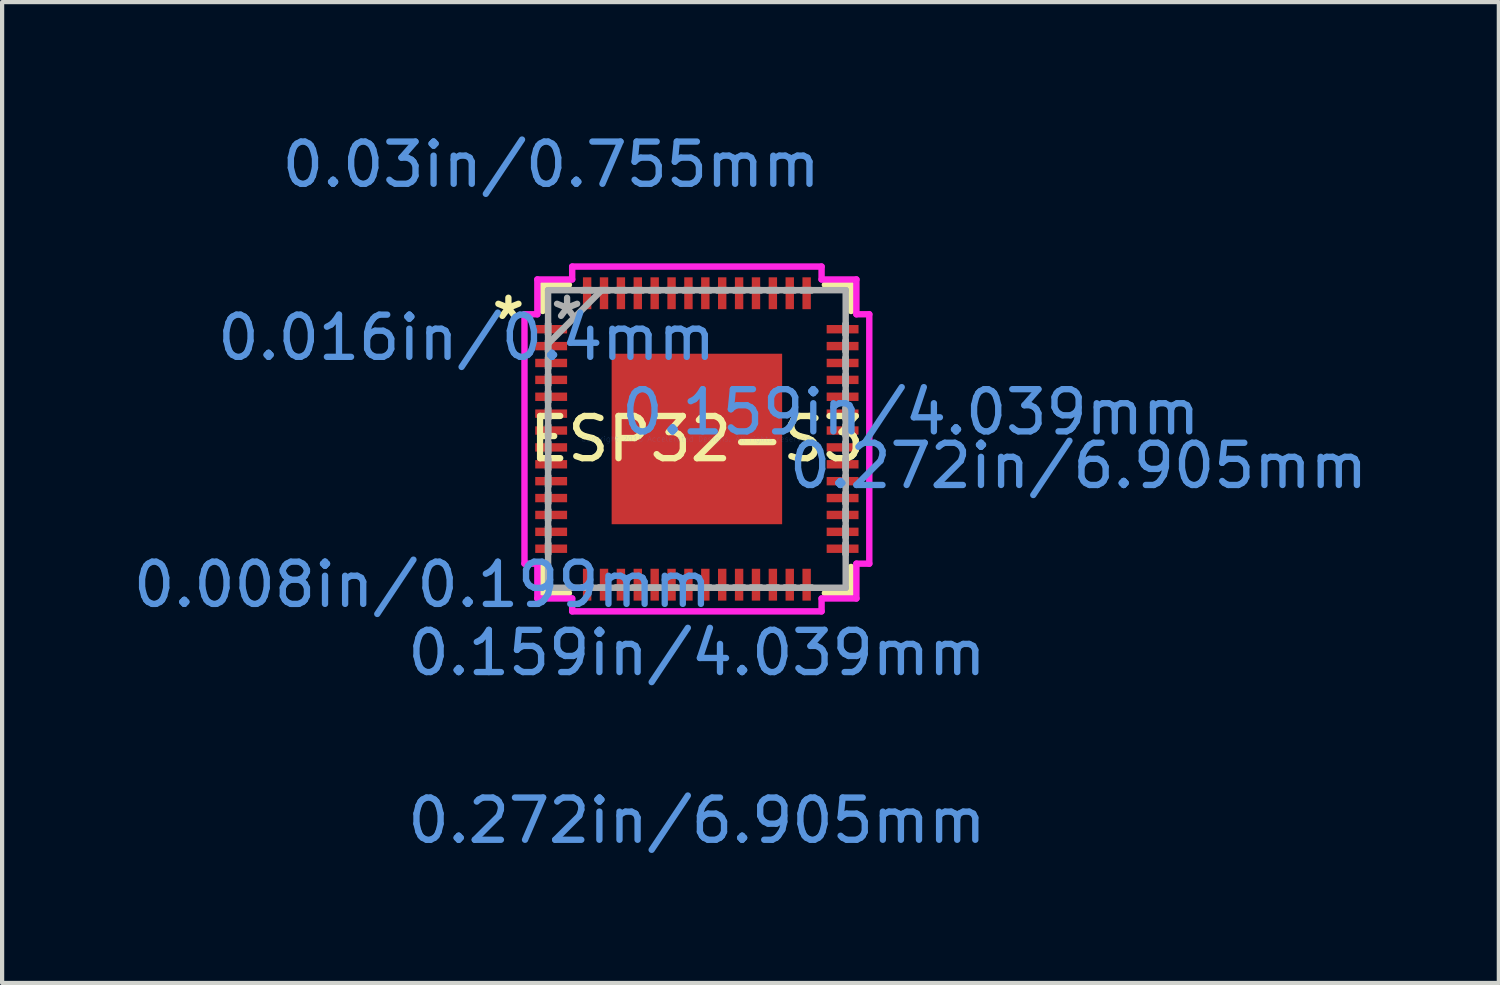
<source format=kicad_pcb>
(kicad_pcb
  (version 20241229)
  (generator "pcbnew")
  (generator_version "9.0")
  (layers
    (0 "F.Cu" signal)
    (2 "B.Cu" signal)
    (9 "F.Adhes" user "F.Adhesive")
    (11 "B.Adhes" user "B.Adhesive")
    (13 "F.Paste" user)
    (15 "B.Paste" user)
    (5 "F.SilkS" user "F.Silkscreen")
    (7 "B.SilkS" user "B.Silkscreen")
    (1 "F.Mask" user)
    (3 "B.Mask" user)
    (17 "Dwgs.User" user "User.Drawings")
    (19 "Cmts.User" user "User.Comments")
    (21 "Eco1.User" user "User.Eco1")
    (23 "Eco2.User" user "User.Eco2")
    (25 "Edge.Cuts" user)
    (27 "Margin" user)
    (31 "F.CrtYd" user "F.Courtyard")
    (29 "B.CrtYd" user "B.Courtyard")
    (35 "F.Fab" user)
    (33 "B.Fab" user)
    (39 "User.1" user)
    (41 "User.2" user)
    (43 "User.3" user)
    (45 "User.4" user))
  (footprint "ESP32-S3"
    (layer "F.Cu")
    (at 13.459 7.349)
    (property "Reference" "ESP32-S3" (at 0 0 0) (layer "F.SilkS") (effects (font (size 1 1) (thickness 0.15))))
    (attr through_hole)
    (fp_line (start -3.652 -3.652) (end -3.652 -3.032) (stroke (width 0.152) (type solid)) (layer "F.SilkS"))
    (fp_line (start -3.652 3.032) (end -3.652 3.652) (stroke (width 0.152) (type solid)) (layer "F.SilkS"))
    (fp_line (start -3.652 3.652) (end -3.032 3.652) (stroke (width 0.152) (type solid)) (layer "F.SilkS"))
    (fp_line (start -3.032 -3.652) (end -3.652 -3.652) (stroke (width 0.152) (type solid)) (layer "F.SilkS"))
    (fp_line (start 3.032 3.652) (end 3.652 3.652) (stroke (width 0.152) (type solid)) (layer "F.SilkS"))
    (fp_line (start 3.652 -3.652) (end 3.032 -3.652) (stroke (width 0.152) (type solid)) (layer "F.SilkS"))
    (fp_line (start 3.652 -3.032) (end 3.652 -3.652) (stroke (width 0.152) (type solid)) (layer "F.SilkS"))
    (fp_line (start 3.652 3.652) (end 3.652 3.032) (stroke (width 0.152) (type solid)) (layer "F.SilkS"))
    (fp_line (start -4.084 -2.954) (end -3.779 -2.954) (stroke (width 0.152) (type solid)) (layer "F.CrtYd"))
    (fp_line (start -4.084 2.954) (end -4.084 -2.954) (stroke (width 0.152) (type solid)) (layer "F.CrtYd"))
    (fp_line (start -3.779 -3.779) (end -2.954 -3.779) (stroke (width 0.152) (type solid)) (layer "F.CrtYd"))
    (fp_line (start -3.779 -2.954) (end -3.779 -3.779) (stroke (width 0.152) (type solid)) (layer "F.CrtYd"))
    (fp_line (start -3.779 2.954) (end -4.084 2.954) (stroke (width 0.152) (type solid)) (layer "F.CrtYd"))
    (fp_line (start -3.779 3.779) (end -3.779 2.954) (stroke (width 0.152) (type solid)) (layer "F.CrtYd"))
    (fp_line (start -2.954 -4.084) (end 2.954 -4.084) (stroke (width 0.152) (type solid)) (layer "F.CrtYd"))
    (fp_line (start -2.954 -3.779) (end -2.954 -4.084) (stroke (width 0.152) (type solid)) (layer "F.CrtYd"))
    (fp_line (start -2.954 3.779) (end -3.779 3.779) (stroke (width 0.152) (type solid)) (layer "F.CrtYd"))
    (fp_line (start -2.954 4.084) (end -2.954 3.779) (stroke (width 0.152) (type solid)) (layer "F.CrtYd"))
    (fp_line (start 2.954 -4.084) (end 2.954 -3.779) (stroke (width 0.152) (type solid)) (layer "F.CrtYd"))
    (fp_line (start 2.954 -3.779) (end 3.779 -3.779) (stroke (width 0.152) (type solid)) (layer "F.CrtYd"))
    (fp_line (start 2.954 3.779) (end 2.954 4.084) (stroke (width 0.152) (type solid)) (layer "F.CrtYd"))
    (fp_line (start 2.954 4.084) (end -2.954 4.084) (stroke (width 0.152) (type solid)) (layer "F.CrtYd"))
    (fp_line (start 3.779 -3.779) (end 3.779 -2.954) (stroke (width 0.152) (type solid)) (layer "F.CrtYd"))
    (fp_line (start 3.779 -2.954) (end 4.084 -2.954) (stroke (width 0.152) (type solid)) (layer "F.CrtYd"))
    (fp_line (start 3.779 2.954) (end 3.779 3.779) (stroke (width 0.152) (type solid)) (layer "F.CrtYd"))
    (fp_line (start 3.779 3.779) (end 2.954 3.779) (stroke (width 0.152) (type solid)) (layer "F.CrtYd"))
    (fp_line (start 4.084 -2.954) (end 4.084 2.954) (stroke (width 0.152) (type solid)) (layer "F.CrtYd"))
    (fp_line (start 4.084 2.954) (end 3.779 2.954) (stroke (width 0.152) (type solid)) (layer "F.CrtYd"))
    (fp_line (start -3.525 -3.525) (end -3.525 -3.525) (stroke (width 0.152) (type solid)) (layer "F.Fab"))
    (fp_line (start -3.525 -3.525) (end -3.525 3.525) (stroke (width 0.152) (type solid)) (layer "F.Fab"))
    (fp_line (start -3.525 -2.725) (end -3.525 -2.725) (stroke (width 0.152) (type solid)) (layer "F.Fab"))
    (fp_line (start -3.525 -2.725) (end -3.525 -2.475) (stroke (width 0.152) (type solid)) (layer "F.Fab"))
    (fp_line (start -3.525 -2.475) (end -3.525 -2.725) (stroke (width 0.152) (type solid)) (layer "F.Fab"))
    (fp_line (start -3.525 -2.475) (end -3.525 -2.475) (stroke (width 0.152) (type solid)) (layer "F.Fab"))
    (fp_line (start -3.525 -2.325) (end -3.525 -2.325) (stroke (width 0.152) (type solid)) (layer "F.Fab"))
    (fp_line (start -3.525 -2.325) (end -3.525 -2.075) (stroke (width 0.152) (type solid)) (layer "F.Fab"))
    (fp_line (start -3.525 -2.255) (end -2.255 -3.525) (stroke (width 0.152) (type solid)) (layer "F.Fab"))
    (fp_line (start -3.525 -2.075) (end -3.525 -2.325) (stroke (width 0.152) (type solid)) (layer "F.Fab"))
    (fp_line (start -3.525 -2.075) (end -3.525 -2.075) (stroke (width 0.152) (type solid)) (layer "F.Fab"))
    (fp_line (start -3.525 -1.925) (end -3.525 -1.925) (stroke (width 0.152) (type solid)) (layer "F.Fab"))
    (fp_line (start -3.525 -1.925) (end -3.525 -1.675) (stroke (width 0.152) (type solid)) (layer "F.Fab"))
    (fp_line (start -3.525 -1.675) (end -3.525 -1.925) (stroke (width 0.152) (type solid)) (layer "F.Fab"))
    (fp_line (start -3.525 -1.675) (end -3.525 -1.675) (stroke (width 0.152) (type solid)) (layer "F.Fab"))
    (fp_line (start -3.525 -1.525) (end -3.525 -1.525) (stroke (width 0.152) (type solid)) (layer "F.Fab"))
    (fp_line (start -3.525 -1.525) (end -3.525 -1.275) (stroke (width 0.152) (type solid)) (layer "F.Fab"))
    (fp_line (start -3.525 -1.275) (end -3.525 -1.525) (stroke (width 0.152) (type solid)) (layer "F.Fab"))
    (fp_line (start -3.525 -1.275) (end -3.525 -1.275) (stroke (width 0.152) (type solid)) (layer "F.Fab"))
    (fp_line (start -3.525 -1.125) (end -3.525 -1.125) (stroke (width 0.152) (type solid)) (layer "F.Fab"))
    (fp_line (start -3.525 -1.125) (end -3.525 -0.875) (stroke (width 0.152) (type solid)) (layer "F.Fab"))
    (fp_line (start -3.525 -0.875) (end -3.525 -1.125) (stroke (width 0.152) (type solid)) (layer "F.Fab"))
    (fp_line (start -3.525 -0.875) (end -3.525 -0.875) (stroke (width 0.152) (type solid)) (layer "F.Fab"))
    (fp_line (start -3.525 -0.725) (end -3.525 -0.725) (stroke (width 0.152) (type solid)) (layer "F.Fab"))
    (fp_line (start -3.525 -0.725) (end -3.525 -0.475) (stroke (width 0.152) (type solid)) (layer "F.Fab"))
    (fp_line (start -3.525 -0.475) (end -3.525 -0.725) (stroke (width 0.152) (type solid)) (layer "F.Fab"))
    (fp_line (start -3.525 -0.475) (end -3.525 -0.475) (stroke (width 0.152) (type solid)) (layer "F.Fab"))
    (fp_line (start -3.525 -0.325) (end -3.525 -0.325) (stroke (width 0.152) (type solid)) (layer "F.Fab"))
    (fp_line (start -3.525 -0.325) (end -3.525 -0.075) (stroke (width 0.152) (type solid)) (layer "F.Fab"))
    (fp_line (start -3.525 -0.075) (end -3.525 -0.325) (stroke (width 0.152) (type solid)) (layer "F.Fab"))
    (fp_line (start -3.525 -0.075) (end -3.525 -0.075) (stroke (width 0.152) (type solid)) (layer "F.Fab"))
    (fp_line (start -3.525 0.075) (end -3.525 0.075) (stroke (width 0.152) (type solid)) (layer "F.Fab"))
    (fp_line (start -3.525 0.075) (end -3.525 0.325) (stroke (width 0.152) (type solid)) (layer "F.Fab"))
    (fp_line (start -3.525 0.325) (end -3.525 0.075) (stroke (width 0.152) (type solid)) (layer "F.Fab"))
    (fp_line (start -3.525 0.325) (end -3.525 0.325) (stroke (width 0.152) (type solid)) (layer "F.Fab"))
    (fp_line (start -3.525 0.475) (end -3.525 0.475) (stroke (width 0.152) (type solid)) (layer "F.Fab"))
    (fp_line (start -3.525 0.475) (end -3.525 0.725) (stroke (width 0.152) (type solid)) (layer "F.Fab"))
    (fp_line (start -3.525 0.725) (end -3.525 0.475) (stroke (width 0.152) (type solid)) (layer "F.Fab"))
    (fp_line (start -3.525 0.725) (end -3.525 0.725) (stroke (width 0.152) (type solid)) (layer "F.Fab"))
    (fp_line (start -3.525 0.875) (end -3.525 0.875) (stroke (width 0.152) (type solid)) (layer "F.Fab"))
    (fp_line (start -3.525 0.875) (end -3.525 1.125) (stroke (width 0.152) (type solid)) (layer "F.Fab"))
    (fp_line (start -3.525 1.125) (end -3.525 0.875) (stroke (width 0.152) (type solid)) (layer "F.Fab"))
    (fp_line (start -3.525 1.125) (end -3.525 1.125) (stroke (width 0.152) (type solid)) (layer "F.Fab"))
    (fp_line (start -3.525 1.275) (end -3.525 1.275) (stroke (width 0.152) (type solid)) (layer "F.Fab"))
    (fp_line (start -3.525 1.275) (end -3.525 1.525) (stroke (width 0.152) (type solid)) (layer "F.Fab"))
    (fp_line (start -3.525 1.525) (end -3.525 1.275) (stroke (width 0.152) (type solid)) (layer "F.Fab"))
    (fp_line (start -3.525 1.525) (end -3.525 1.525) (stroke (width 0.152) (type solid)) (layer "F.Fab"))
    (fp_line (start -3.525 1.675) (end -3.525 1.675) (stroke (width 0.152) (type solid)) (layer "F.Fab"))
    (fp_line (start -3.525 1.675) (end -3.525 1.925) (stroke (width 0.152) (type solid)) (layer "F.Fab"))
    (fp_line (start -3.525 1.925) (end -3.525 1.675) (stroke (width 0.152) (type solid)) (layer "F.Fab"))
    (fp_line (start -3.525 1.925) (end -3.525 1.925) (stroke (width 0.152) (type solid)) (layer "F.Fab"))
    (fp_line (start -3.525 2.075) (end -3.525 2.075) (stroke (width 0.152) (type solid)) (layer "F.Fab"))
    (fp_line (start -3.525 2.075) (end -3.525 2.325) (stroke (width 0.152) (type solid)) (layer "F.Fab"))
    (fp_line (start -3.525 2.325) (end -3.525 2.075) (stroke (width 0.152) (type solid)) (layer "F.Fab"))
    (fp_line (start -3.525 2.325) (end -3.525 2.325) (stroke (width 0.152) (type solid)) (layer "F.Fab"))
    (fp_line (start -3.525 2.475) (end -3.525 2.475) (stroke (width 0.152) (type solid)) (layer "F.Fab"))
    (fp_line (start -3.525 2.475) (end -3.525 2.725) (stroke (width 0.152) (type solid)) (layer "F.Fab"))
    (fp_line (start -3.525 2.725) (end -3.525 2.475) (stroke (width 0.152) (type solid)) (layer "F.Fab"))
    (fp_line (start -3.525 2.725) (end -3.525 2.725) (stroke (width 0.152) (type solid)) (layer "F.Fab"))
    (fp_line (start -3.525 3.525) (end -3.525 3.525) (stroke (width 0.152) (type solid)) (layer "F.Fab"))
    (fp_line (start -3.525 3.525) (end 3.525 3.525) (stroke (width 0.152) (type solid)) (layer "F.Fab"))
    (fp_line (start -2.725 -3.525) (end -2.725 -3.525) (stroke (width 0.152) (type solid)) (layer "F.Fab"))
    (fp_line (start -2.725 -3.525) (end -2.475 -3.525) (stroke (width 0.152) (type solid)) (layer "F.Fab"))
    (fp_line (start -2.725 3.525) (end -2.725 3.525) (stroke (width 0.152) (type solid)) (layer "F.Fab"))
    (fp_line (start -2.725 3.525) (end -2.475 3.525) (stroke (width 0.152) (type solid)) (layer "F.Fab"))
    (fp_line (start -2.475 -3.525) (end -2.725 -3.525) (stroke (width 0.152) (type solid)) (layer "F.Fab"))
    (fp_line (start -2.475 -3.525) (end -2.475 -3.525) (stroke (width 0.152) (type solid)) (layer "F.Fab"))
    (fp_line (start -2.475 3.525) (end -2.725 3.525) (stroke (width 0.152) (type solid)) (layer "F.Fab"))
    (fp_line (start -2.475 3.525) (end -2.475 3.525) (stroke (width 0.152) (type solid)) (layer "F.Fab"))
    (fp_line (start -2.325 -3.525) (end -2.325 -3.525) (stroke (width 0.152) (type solid)) (layer "F.Fab"))
    (fp_line (start -2.325 -3.525) (end -2.075 -3.525) (stroke (width 0.152) (type solid)) (layer "F.Fab"))
    (fp_line (start -2.325 3.525) (end -2.325 3.525) (stroke (width 0.152) (type solid)) (layer "F.Fab"))
    (fp_line (start -2.325 3.525) (end -2.075 3.525) (stroke (width 0.152) (type solid)) (layer "F.Fab"))
    (fp_line (start -2.075 -3.525) (end -2.325 -3.525) (stroke (width 0.152) (type solid)) (layer "F.Fab"))
    (fp_line (start -2.075 -3.525) (end -2.075 -3.525) (stroke (width 0.152) (type solid)) (layer "F.Fab"))
    (fp_line (start -2.075 3.525) (end -2.325 3.525) (stroke (width 0.152) (type solid)) (layer "F.Fab"))
    (fp_line (start -2.075 3.525) (end -2.075 3.525) (stroke (width 0.152) (type solid)) (layer "F.Fab"))
    (fp_line (start -1.925 -3.525) (end -1.925 -3.525) (stroke (width 0.152) (type solid)) (layer "F.Fab"))
    (fp_line (start -1.925 -3.525) (end -1.675 -3.525) (stroke (width 0.152) (type solid)) (layer "F.Fab"))
    (fp_line (start -1.925 3.525) (end -1.925 3.525) (stroke (width 0.152) (type solid)) (layer "F.Fab"))
    (fp_line (start -1.925 3.525) (end -1.675 3.525) (stroke (width 0.152) (type solid)) (layer "F.Fab"))
    (fp_line (start -1.675 -3.525) (end -1.925 -3.525) (stroke (width 0.152) (type solid)) (layer "F.Fab"))
    (fp_line (start -1.675 -3.525) (end -1.675 -3.525) (stroke (width 0.152) (type solid)) (layer "F.Fab"))
    (fp_line (start -1.675 3.525) (end -1.925 3.525) (stroke (width 0.152) (type solid)) (layer "F.Fab"))
    (fp_line (start -1.675 3.525) (end -1.675 3.525) (stroke (width 0.152) (type solid)) (layer "F.Fab"))
    (fp_line (start -1.525 -3.525) (end -1.525 -3.525) (stroke (width 0.152) (type solid)) (layer "F.Fab"))
    (fp_line (start -1.525 -3.525) (end -1.275 -3.525) (stroke (width 0.152) (type solid)) (layer "F.Fab"))
    (fp_line (start -1.525 3.525) (end -1.525 3.525) (stroke (width 0.152) (type solid)) (layer "F.Fab"))
    (fp_line (start -1.525 3.525) (end -1.275 3.525) (stroke (width 0.152) (type solid)) (layer "F.Fab"))
    (fp_line (start -1.275 -3.525) (end -1.525 -3.525) (stroke (width 0.152) (type solid)) (layer "F.Fab"))
    (fp_line (start -1.275 -3.525) (end -1.275 -3.525) (stroke (width 0.152) (type solid)) (layer "F.Fab"))
    (fp_line (start -1.275 3.525) (end -1.525 3.525) (stroke (width 0.152) (type solid)) (layer "F.Fab"))
    (fp_line (start -1.275 3.525) (end -1.275 3.525) (stroke (width 0.152) (type solid)) (layer "F.Fab"))
    (fp_line (start -1.125 -3.525) (end -1.125 -3.525) (stroke (width 0.152) (type solid)) (layer "F.Fab"))
    (fp_line (start -1.125 -3.525) (end -0.875 -3.525) (stroke (width 0.152) (type solid)) (layer "F.Fab"))
    (fp_line (start -1.125 3.525) (end -1.125 3.525) (stroke (width 0.152) (type solid)) (layer "F.Fab"))
    (fp_line (start -1.125 3.525) (end -0.875 3.525) (stroke (width 0.152) (type solid)) (layer "F.Fab"))
    (fp_line (start -0.875 -3.525) (end -1.125 -3.525) (stroke (width 0.152) (type solid)) (layer "F.Fab"))
    (fp_line (start -0.875 -3.525) (end -0.875 -3.525) (stroke (width 0.152) (type solid)) (layer "F.Fab"))
    (fp_line (start -0.875 3.525) (end -1.125 3.525) (stroke (width 0.152) (type solid)) (layer "F.Fab"))
    (fp_line (start -0.875 3.525) (end -0.875 3.525) (stroke (width 0.152) (type solid)) (layer "F.Fab"))
    (fp_line (start -0.725 -3.525) (end -0.725 -3.525) (stroke (width 0.152) (type solid)) (layer "F.Fab"))
    (fp_line (start -0.725 -3.525) (end -0.475 -3.525) (stroke (width 0.152) (type solid)) (layer "F.Fab"))
    (fp_line (start -0.725 3.525) (end -0.725 3.525) (stroke (width 0.152) (type solid)) (layer "F.Fab"))
    (fp_line (start -0.725 3.525) (end -0.475 3.525) (stroke (width 0.152) (type solid)) (layer "F.Fab"))
    (fp_line (start -0.475 -3.525) (end -0.725 -3.525) (stroke (width 0.152) (type solid)) (layer "F.Fab"))
    (fp_line (start -0.475 -3.525) (end -0.475 -3.525) (stroke (width 0.152) (type solid)) (layer "F.Fab"))
    (fp_line (start -0.475 3.525) (end -0.725 3.525) (stroke (width 0.152) (type solid)) (layer "F.Fab"))
    (fp_line (start -0.475 3.525) (end -0.475 3.525) (stroke (width 0.152) (type solid)) (layer "F.Fab"))
    (fp_line (start -0.325 -3.525) (end -0.325 -3.525) (stroke (width 0.152) (type solid)) (layer "F.Fab"))
    (fp_line (start -0.325 -3.525) (end -0.075 -3.525) (stroke (width 0.152) (type solid)) (layer "F.Fab"))
    (fp_line (start -0.325 3.525) (end -0.325 3.525) (stroke (width 0.152) (type solid)) (layer "F.Fab"))
    (fp_line (start -0.325 3.525) (end -0.075 3.525) (stroke (width 0.152) (type solid)) (layer "F.Fab"))
    (fp_line (start -0.075 -3.525) (end -0.325 -3.525) (stroke (width 0.152) (type solid)) (layer "F.Fab"))
    (fp_line (start -0.075 -3.525) (end -0.075 -3.525) (stroke (width 0.152) (type solid)) (layer "F.Fab"))
    (fp_line (start -0.075 3.525) (end -0.325 3.525) (stroke (width 0.152) (type solid)) (layer "F.Fab"))
    (fp_line (start -0.075 3.525) (end -0.075 3.525) (stroke (width 0.152) (type solid)) (layer "F.Fab"))
    (fp_line (start 0.075 -3.525) (end 0.075 -3.525) (stroke (width 0.152) (type solid)) (layer "F.Fab"))
    (fp_line (start 0.075 -3.525) (end 0.325 -3.525) (stroke (width 0.152) (type solid)) (layer "F.Fab"))
    (fp_line (start 0.075 3.525) (end 0.075 3.525) (stroke (width 0.152) (type solid)) (layer "F.Fab"))
    (fp_line (start 0.075 3.525) (end 0.325 3.525) (stroke (width 0.152) (type solid)) (layer "F.Fab"))
    (fp_line (start 0.325 -3.525) (end 0.075 -3.525) (stroke (width 0.152) (type solid)) (layer "F.Fab"))
    (fp_line (start 0.325 -3.525) (end 0.325 -3.525) (stroke (width 0.152) (type solid)) (layer "F.Fab"))
    (fp_line (start 0.325 3.525) (end 0.075 3.525) (stroke (width 0.152) (type solid)) (layer "F.Fab"))
    (fp_line (start 0.325 3.525) (end 0.325 3.525) (stroke (width 0.152) (type solid)) (layer "F.Fab"))
    (fp_line (start 0.475 -3.525) (end 0.475 -3.525) (stroke (width 0.152) (type solid)) (layer "F.Fab"))
    (fp_line (start 0.475 -3.525) (end 0.725 -3.525) (stroke (width 0.152) (type solid)) (layer "F.Fab"))
    (fp_line (start 0.475 3.525) (end 0.475 3.525) (stroke (width 0.152) (type solid)) (layer "F.Fab"))
    (fp_line (start 0.475 3.525) (end 0.725 3.525) (stroke (width 0.152) (type solid)) (layer "F.Fab"))
    (fp_line (start 0.725 -3.525) (end 0.475 -3.525) (stroke (width 0.152) (type solid)) (layer "F.Fab"))
    (fp_line (start 0.725 -3.525) (end 0.725 -3.525) (stroke (width 0.152) (type solid)) (layer "F.Fab"))
    (fp_line (start 0.725 3.525) (end 0.475 3.525) (stroke (width 0.152) (type solid)) (layer "F.Fab"))
    (fp_line (start 0.725 3.525) (end 0.725 3.525) (stroke (width 0.152) (type solid)) (layer "F.Fab"))
    (fp_line (start 0.875 -3.525) (end 0.875 -3.525) (stroke (width 0.152) (type solid)) (layer "F.Fab"))
    (fp_line (start 0.875 -3.525) (end 1.125 -3.525) (stroke (width 0.152) (type solid)) (layer "F.Fab"))
    (fp_line (start 0.875 3.525) (end 0.875 3.525) (stroke (width 0.152) (type solid)) (layer "F.Fab"))
    (fp_line (start 0.875 3.525) (end 1.125 3.525) (stroke (width 0.152) (type solid)) (layer "F.Fab"))
    (fp_line (start 1.125 -3.525) (end 0.875 -3.525) (stroke (width 0.152) (type solid)) (layer "F.Fab"))
    (fp_line (start 1.125 -3.525) (end 1.125 -3.525) (stroke (width 0.152) (type solid)) (layer "F.Fab"))
    (fp_line (start 1.125 3.525) (end 0.875 3.525) (stroke (width 0.152) (type solid)) (layer "F.Fab"))
    (fp_line (start 1.125 3.525) (end 1.125 3.525) (stroke (width 0.152) (type solid)) (layer "F.Fab"))
    (fp_line (start 1.275 -3.525) (end 1.275 -3.525) (stroke (width 0.152) (type solid)) (layer "F.Fab"))
    (fp_line (start 1.275 -3.525) (end 1.525 -3.525) (stroke (width 0.152) (type solid)) (layer "F.Fab"))
    (fp_line (start 1.275 3.525) (end 1.275 3.525) (stroke (width 0.152) (type solid)) (layer "F.Fab"))
    (fp_line (start 1.275 3.525) (end 1.525 3.525) (stroke (width 0.152) (type solid)) (layer "F.Fab"))
    (fp_line (start 1.525 -3.525) (end 1.275 -3.525) (stroke (width 0.152) (type solid)) (layer "F.Fab"))
    (fp_line (start 1.525 -3.525) (end 1.525 -3.525) (stroke (width 0.152) (type solid)) (layer "F.Fab"))
    (fp_line (start 1.525 3.525) (end 1.275 3.525) (stroke (width 0.152) (type solid)) (layer "F.Fab"))
    (fp_line (start 1.525 3.525) (end 1.525 3.525) (stroke (width 0.152) (type solid)) (layer "F.Fab"))
    (fp_line (start 1.675 -3.525) (end 1.675 -3.525) (stroke (width 0.152) (type solid)) (layer "F.Fab"))
    (fp_line (start 1.675 -3.525) (end 1.925 -3.525) (stroke (width 0.152) (type solid)) (layer "F.Fab"))
    (fp_line (start 1.675 3.525) (end 1.675 3.525) (stroke (width 0.152) (type solid)) (layer "F.Fab"))
    (fp_line (start 1.675 3.525) (end 1.925 3.525) (stroke (width 0.152) (type solid)) (layer "F.Fab"))
    (fp_line (start 1.925 -3.525) (end 1.675 -3.525) (stroke (width 0.152) (type solid)) (layer "F.Fab"))
    (fp_line (start 1.925 -3.525) (end 1.925 -3.525) (stroke (width 0.152) (type solid)) (layer "F.Fab"))
    (fp_line (start 1.925 3.525) (end 1.675 3.525) (stroke (width 0.152) (type solid)) (layer "F.Fab"))
    (fp_line (start 1.925 3.525) (end 1.925 3.525) (stroke (width 0.152) (type solid)) (layer "F.Fab"))
    (fp_line (start 2.075 -3.525) (end 2.075 -3.525) (stroke (width 0.152) (type solid)) (layer "F.Fab"))
    (fp_line (start 2.075 -3.525) (end 2.325 -3.525) (stroke (width 0.152) (type solid)) (layer "F.Fab"))
    (fp_line (start 2.075 3.525) (end 2.075 3.525) (stroke (width 0.152) (type solid)) (layer "F.Fab"))
    (fp_line (start 2.075 3.525) (end 2.325 3.525) (stroke (width 0.152) (type solid)) (layer "F.Fab"))
    (fp_line (start 2.325 -3.525) (end 2.075 -3.525) (stroke (width 0.152) (type solid)) (layer "F.Fab"))
    (fp_line (start 2.325 -3.525) (end 2.325 -3.525) (stroke (width 0.152) (type solid)) (layer "F.Fab"))
    (fp_line (start 2.325 3.525) (end 2.075 3.525) (stroke (width 0.152) (type solid)) (layer "F.Fab"))
    (fp_line (start 2.325 3.525) (end 2.325 3.525) (stroke (width 0.152) (type solid)) (layer "F.Fab"))
    (fp_line (start 2.475 -3.525) (end 2.475 -3.525) (stroke (width 0.152) (type solid)) (layer "F.Fab"))
    (fp_line (start 2.475 -3.525) (end 2.725 -3.525) (stroke (width 0.152) (type solid)) (layer "F.Fab"))
    (fp_line (start 2.475 3.525) (end 2.475 3.525) (stroke (width 0.152) (type solid)) (layer "F.Fab"))
    (fp_line (start 2.475 3.525) (end 2.725 3.525) (stroke (width 0.152) (type solid)) (layer "F.Fab"))
    (fp_line (start 2.725 -3.525) (end 2.475 -3.525) (stroke (width 0.152) (type solid)) (layer "F.Fab"))
    (fp_line (start 2.725 -3.525) (end 2.725 -3.525) (stroke (width 0.152) (type solid)) (layer "F.Fab"))
    (fp_line (start 2.725 3.525) (end 2.475 3.525) (stroke (width 0.152) (type solid)) (layer "F.Fab"))
    (fp_line (start 2.725 3.525) (end 2.725 3.525) (stroke (width 0.152) (type solid)) (layer "F.Fab"))
    (fp_line (start 3.525 -3.525) (end -3.525 -3.525) (stroke (width 0.152) (type solid)) (layer "F.Fab"))
    (fp_line (start 3.525 -3.525) (end 3.525 -3.525) (stroke (width 0.152) (type solid)) (layer "F.Fab"))
    (fp_line (start 3.525 -2.725) (end 3.525 -2.725) (stroke (width 0.152) (type solid)) (layer "F.Fab"))
    (fp_line (start 3.525 -2.725) (end 3.525 -2.475) (stroke (width 0.152) (type solid)) (layer "F.Fab"))
    (fp_line (start 3.525 -2.475) (end 3.525 -2.725) (stroke (width 0.152) (type solid)) (layer "F.Fab"))
    (fp_line (start 3.525 -2.475) (end 3.525 -2.475) (stroke (width 0.152) (type solid)) (layer "F.Fab"))
    (fp_line (start 3.525 -2.325) (end 3.525 -2.325) (stroke (width 0.152) (type solid)) (layer "F.Fab"))
    (fp_line (start 3.525 -2.325) (end 3.525 -2.075) (stroke (width 0.152) (type solid)) (layer "F.Fab"))
    (fp_line (start 3.525 -2.075) (end 3.525 -2.325) (stroke (width 0.152) (type solid)) (layer "F.Fab"))
    (fp_line (start 3.525 -2.075) (end 3.525 -2.075) (stroke (width 0.152) (type solid)) (layer "F.Fab"))
    (fp_line (start 3.525 -1.925) (end 3.525 -1.925) (stroke (width 0.152) (type solid)) (layer "F.Fab"))
    (fp_line (start 3.525 -1.925) (end 3.525 -1.675) (stroke (width 0.152) (type solid)) (layer "F.Fab"))
    (fp_line (start 3.525 -1.675) (end 3.525 -1.925) (stroke (width 0.152) (type solid)) (layer "F.Fab"))
    (fp_line (start 3.525 -1.675) (end 3.525 -1.675) (stroke (width 0.152) (type solid)) (layer "F.Fab"))
    (fp_line (start 3.525 -1.525) (end 3.525 -1.525) (stroke (width 0.152) (type solid)) (layer "F.Fab"))
    (fp_line (start 3.525 -1.525) (end 3.525 -1.275) (stroke (width 0.152) (type solid)) (layer "F.Fab"))
    (fp_line (start 3.525 -1.275) (end 3.525 -1.525) (stroke (width 0.152) (type solid)) (layer "F.Fab"))
    (fp_line (start 3.525 -1.275) (end 3.525 -1.275) (stroke (width 0.152) (type solid)) (layer "F.Fab"))
    (fp_line (start 3.525 -1.125) (end 3.525 -1.125) (stroke (width 0.152) (type solid)) (layer "F.Fab"))
    (fp_line (start 3.525 -1.125) (end 3.525 -0.875) (stroke (width 0.152) (type solid)) (layer "F.Fab"))
    (fp_line (start 3.525 -0.875) (end 3.525 -1.125) (stroke (width 0.152) (type solid)) (layer "F.Fab"))
    (fp_line (start 3.525 -0.875) (end 3.525 -0.875) (stroke (width 0.152) (type solid)) (layer "F.Fab"))
    (fp_line (start 3.525 -0.725) (end 3.525 -0.725) (stroke (width 0.152) (type solid)) (layer "F.Fab"))
    (fp_line (start 3.525 -0.725) (end 3.525 -0.475) (stroke (width 0.152) (type solid)) (layer "F.Fab"))
    (fp_line (start 3.525 -0.475) (end 3.525 -0.725) (stroke (width 0.152) (type solid)) (layer "F.Fab"))
    (fp_line (start 3.525 -0.475) (end 3.525 -0.475) (stroke (width 0.152) (type solid)) (layer "F.Fab"))
    (fp_line (start 3.525 -0.325) (end 3.525 -0.325) (stroke (width 0.152) (type solid)) (layer "F.Fab"))
    (fp_line (start 3.525 -0.325) (end 3.525 -0.075) (stroke (width 0.152) (type solid)) (layer "F.Fab"))
    (fp_line (start 3.525 -0.075) (end 3.525 -0.325) (stroke (width 0.152) (type solid)) (layer "F.Fab"))
    (fp_line (start 3.525 -0.075) (end 3.525 -0.075) (stroke (width 0.152) (type solid)) (layer "F.Fab"))
    (fp_line (start 3.525 0.075) (end 3.525 0.075) (stroke (width 0.152) (type solid)) (layer "F.Fab"))
    (fp_line (start 3.525 0.075) (end 3.525 0.325) (stroke (width 0.152) (type solid)) (layer "F.Fab"))
    (fp_line (start 3.525 0.325) (end 3.525 0.075) (stroke (width 0.152) (type solid)) (layer "F.Fab"))
    (fp_line (start 3.525 0.325) (end 3.525 0.325) (stroke (width 0.152) (type solid)) (layer "F.Fab"))
    (fp_line (start 3.525 0.475) (end 3.525 0.475) (stroke (width 0.152) (type solid)) (layer "F.Fab"))
    (fp_line (start 3.525 0.475) (end 3.525 0.725) (stroke (width 0.152) (type solid)) (layer "F.Fab"))
    (fp_line (start 3.525 0.725) (end 3.525 0.475) (stroke (width 0.152) (type solid)) (layer "F.Fab"))
    (fp_line (start 3.525 0.725) (end 3.525 0.725) (stroke (width 0.152) (type solid)) (layer "F.Fab"))
    (fp_line (start 3.525 0.875) (end 3.525 0.875) (stroke (width 0.152) (type solid)) (layer "F.Fab"))
    (fp_line (start 3.525 0.875) (end 3.525 1.125) (stroke (width 0.152) (type solid)) (layer "F.Fab"))
    (fp_line (start 3.525 1.125) (end 3.525 0.875) (stroke (width 0.152) (type solid)) (layer "F.Fab"))
    (fp_line (start 3.525 1.125) (end 3.525 1.125) (stroke (width 0.152) (type solid)) (layer "F.Fab"))
    (fp_line (start 3.525 1.275) (end 3.525 1.275) (stroke (width 0.152) (type solid)) (layer "F.Fab"))
    (fp_line (start 3.525 1.275) (end 3.525 1.525) (stroke (width 0.152) (type solid)) (layer "F.Fab"))
    (fp_line (start 3.525 1.525) (end 3.525 1.275) (stroke (width 0.152) (type solid)) (layer "F.Fab"))
    (fp_line (start 3.525 1.525) (end 3.525 1.525) (stroke (width 0.152) (type solid)) (layer "F.Fab"))
    (fp_line (start 3.525 1.675) (end 3.525 1.675) (stroke (width 0.152) (type solid)) (layer "F.Fab"))
    (fp_line (start 3.525 1.675) (end 3.525 1.925) (stroke (width 0.152) (type solid)) (layer "F.Fab"))
    (fp_line (start 3.525 1.925) (end 3.525 1.675) (stroke (width 0.152) (type solid)) (layer "F.Fab"))
    (fp_line (start 3.525 1.925) (end 3.525 1.925) (stroke (width 0.152) (type solid)) (layer "F.Fab"))
    (fp_line (start 3.525 2.075) (end 3.525 2.075) (stroke (width 0.152) (type solid)) (layer "F.Fab"))
    (fp_line (start 3.525 2.075) (end 3.525 2.325) (stroke (width 0.152) (type solid)) (layer "F.Fab"))
    (fp_line (start 3.525 2.325) (end 3.525 2.075) (stroke (width 0.152) (type solid)) (layer "F.Fab"))
    (fp_line (start 3.525 2.325) (end 3.525 2.325) (stroke (width 0.152) (type solid)) (layer "F.Fab"))
    (fp_line (start 3.525 2.475) (end 3.525 2.475) (stroke (width 0.152) (type solid)) (layer "F.Fab"))
    (fp_line (start 3.525 2.475) (end 3.525 2.725) (stroke (width 0.152) (type solid)) (layer "F.Fab"))
    (fp_line (start 3.525 2.725) (end 3.525 2.475) (stroke (width 0.152) (type solid)) (layer "F.Fab"))
    (fp_line (start 3.525 2.725) (end 3.525 2.725) (stroke (width 0.152) (type solid)) (layer "F.Fab"))
    (fp_line (start 3.525 3.525) (end 3.525 -3.525) (stroke (width 0.152) (type solid)) (layer "F.Fab"))
    (fp_line (start 3.525 3.525) (end 3.525 3.525) (stroke (width 0.152) (type solid)) (layer "F.Fab"))
    (fp_text user "*" (at -4.465 -2.8 0) (layer "F.SilkS") (effects (font (size 1 1) (thickness 0.15))))
    (fp_text user "0.008in/0.199mm" (at -6.5 3.452 0) (layer "Cmts.User") (effects (font (size 1 1) (thickness 0.15))))
    (fp_text user "0.159in/4.039mm" (at 0 5.067 0) (layer "Cmts.User") (effects (font (size 1 1) (thickness 0.15))))
    (fp_text user "0.016in/0.4mm" (at -5.455 -2.4 0) (layer "Cmts.User") (effects (font (size 1 1) (thickness 0.15))))
    (fp_text user "0.272in/6.905mm" (at 0 9.04 0) (layer "Cmts.User") (effects (font (size 1 1) (thickness 0.15))))
    (fp_text user "0.159in/4.039mm" (at 5.067 -0.635 0) (layer "Cmts.User") (effects (font (size 1 1) (thickness 0.15))))
    (fp_text user "0.03in/0.755mm" (at -3.452 -6.5 0) (layer "Cmts.User") (effects (font (size 1 1) (thickness 0.15))))
    (fp_text user "Copyright 2016 Accelerated Designs. All rights reserved." (at 0 0 0) (layer "Cmts.User") (effects (font (size 0.127 0.127) (thickness 0.002))))
    (fp_text user "0.272in/6.905mm" (at 9.04 0.635 0) (layer "Cmts.User") (effects (font (size 1 1) (thickness 0.15))))
    (fp_text user "*" (at -3.075 -2.8 0) (layer "F.Fab") (effects (font (size 1 1) (thickness 0.15))))
    (pad "1" smd rect (at -3.452 -2.6 90) (size 0.199 0.755) (layers "F.Cu" "F.Mask" "F.Paste"))
    (pad "2" smd rect (at -3.452 -2.2 90) (size 0.199 0.755) (layers "F.Cu" "F.Mask" "F.Paste"))
    (pad "3" smd rect (at -3.452 -1.8 90) (size 0.199 0.755) (layers "F.Cu" "F.Mask" "F.Paste"))
    (pad "4" smd rect (at -3.452 -1.4 90) (size 0.199 0.755) (layers "F.Cu" "F.Mask" "F.Paste"))
    (pad "5" smd rect (at -3.452 -1 90) (size 0.199 0.755) (layers "F.Cu" "F.Mask" "F.Paste"))
    (pad "6" smd rect (at -3.452 -0.6 90) (size 0.199 0.755) (layers "F.Cu" "F.Mask" "F.Paste"))
    (pad "7" smd rect (at -3.452 -0.2 90) (size 0.199 0.755) (layers "F.Cu" "F.Mask" "F.Paste"))
    (pad "8" smd rect (at -3.452 0.2 90) (size 0.199 0.755) (layers "F.Cu" "F.Mask" "F.Paste"))
    (pad "9" smd rect (at -3.452 0.6 90) (size 0.199 0.755) (layers "F.Cu" "F.Mask" "F.Paste"))
    (pad "10" smd rect (at -3.452 1 90) (size 0.199 0.755) (layers "F.Cu" "F.Mask" "F.Paste"))
    (pad "11" smd rect (at -3.452 1.4 90) (size 0.199 0.755) (layers "F.Cu" "F.Mask" "F.Paste"))
    (pad "12" smd rect (at -3.452 1.8 90) (size 0.199 0.755) (layers "F.Cu" "F.Mask" "F.Paste"))
    (pad "13" smd rect (at -3.452 2.2 90) (size 0.199 0.755) (layers "F.Cu" "F.Mask" "F.Paste"))
    (pad "14" smd rect (at -3.452 2.6 90) (size 0.199 0.755) (layers "F.Cu" "F.Mask" "F.Paste"))
    (pad "15" smd rect (at -2.6 3.452) (size 0.199 0.755) (layers "F.Cu" "F.Mask" "F.Paste"))
    (pad "16" smd rect (at -2.2 3.452) (size 0.199 0.755) (layers "F.Cu" "F.Mask" "F.Paste"))
    (pad "17" smd rect (at -1.8 3.452) (size 0.199 0.755) (layers "F.Cu" "F.Mask" "F.Paste"))
    (pad "18" smd rect (at -1.4 3.452) (size 0.199 0.755) (layers "F.Cu" "F.Mask" "F.Paste"))
    (pad "19" smd rect (at -1 3.452) (size 0.199 0.755) (layers "F.Cu" "F.Mask" "F.Paste"))
    (pad "20" smd rect (at -0.6 3.452) (size 0.199 0.755) (layers "F.Cu" "F.Mask" "F.Paste"))
    (pad "21" smd rect (at -0.2 3.452) (size 0.199 0.755) (layers "F.Cu" "F.Mask" "F.Paste"))
    (pad "22" smd rect (at 0.2 3.452) (size 0.199 0.755) (layers "F.Cu" "F.Mask" "F.Paste"))
    (pad "23" smd rect (at 0.6 3.452) (size 0.199 0.755) (layers "F.Cu" "F.Mask" "F.Paste"))
    (pad "24" smd rect (at 1 3.452) (size 0.199 0.755) (layers "F.Cu" "F.Mask" "F.Paste"))
    (pad "25" smd rect (at 1.4 3.452) (size 0.199 0.755) (layers "F.Cu" "F.Mask" "F.Paste"))
    (pad "26" smd rect (at 1.8 3.452) (size 0.199 0.755) (layers "F.Cu" "F.Mask" "F.Paste"))
    (pad "27" smd rect (at 2.2 3.452) (size 0.199 0.755) (layers "F.Cu" "F.Mask" "F.Paste"))
    (pad "28" smd rect (at 2.6 3.452) (size 0.199 0.755) (layers "F.Cu" "F.Mask" "F.Paste"))
    (pad "29" smd rect (at 3.452 2.6 90) (size 0.199 0.755) (layers "F.Cu" "F.Mask" "F.Paste"))
    (pad "30" smd rect (at 3.452 2.2 90) (size 0.199 0.755) (layers "F.Cu" "F.Mask" "F.Paste"))
    (pad "31" smd rect (at 3.452 1.8 90) (size 0.199 0.755) (layers "F.Cu" "F.Mask" "F.Paste"))
    (pad "32" smd rect (at 3.452 1.4 90) (size 0.199 0.755) (layers "F.Cu" "F.Mask" "F.Paste"))
    (pad "33" smd rect (at 3.452 1 90) (size 0.199 0.755) (layers "F.Cu" "F.Mask" "F.Paste"))
    (pad "34" smd rect (at 3.452 0.6 90) (size 0.199 0.755) (layers "F.Cu" "F.Mask" "F.Paste"))
    (pad "35" smd rect (at 3.452 0.2 90) (size 0.199 0.755) (layers "F.Cu" "F.Mask" "F.Paste"))
    (pad "36" smd rect (at 3.452 -0.2 90) (size 0.199 0.755) (layers "F.Cu" "F.Mask" "F.Paste"))
    (pad "37" smd rect (at 3.452 -0.6 90) (size 0.199 0.755) (layers "F.Cu" "F.Mask" "F.Paste"))
    (pad "38" smd rect (at 3.452 -1 90) (size 0.199 0.755) (layers "F.Cu" "F.Mask" "F.Paste"))
    (pad "39" smd rect (at 3.452 -1.4 90) (size 0.199 0.755) (layers "F.Cu" "F.Mask" "F.Paste"))
    (pad "40" smd rect (at 3.452 -1.8 90) (size 0.199 0.755) (layers "F.Cu" "F.Mask" "F.Paste"))
    (pad "41" smd rect (at 3.452 -2.2 90) (size 0.199 0.755) (layers "F.Cu" "F.Mask" "F.Paste"))
    (pad "42" smd rect (at 3.452 -2.6 90) (size 0.199 0.755) (layers "F.Cu" "F.Mask" "F.Paste"))
    (pad "43" smd rect (at 2.6 -3.452) (size 0.199 0.755) (layers "F.Cu" "F.Mask" "F.Paste"))
    (pad "44" smd rect (at 2.2 -3.452) (size 0.199 0.755) (layers "F.Cu" "F.Mask" "F.Paste"))
    (pad "45" smd rect (at 1.8 -3.452) (size 0.199 0.755) (layers "F.Cu" "F.Mask" "F.Paste"))
    (pad "46" smd rect (at 1.4 -3.452) (size 0.199 0.755) (layers "F.Cu" "F.Mask" "F.Paste"))
    (pad "47" smd rect (at 1 -3.452) (size 0.199 0.755) (layers "F.Cu" "F.Mask" "F.Paste"))
    (pad "48" smd rect (at 0.6 -3.452) (size 0.199 0.755) (layers "F.Cu" "F.Mask" "F.Paste"))
    (pad "49" smd rect (at 0.2 -3.452) (size 0.199 0.755) (layers "F.Cu" "F.Mask" "F.Paste"))
    (pad "50" smd rect (at -0.2 -3.452) (size 0.199 0.755) (layers "F.Cu" "F.Mask" "F.Paste"))
    (pad "51" smd rect (at -0.6 -3.452) (size 0.199 0.755) (layers "F.Cu" "F.Mask" "F.Paste"))
    (pad "52" smd rect (at -1 -3.452) (size 0.199 0.755) (layers "F.Cu" "F.Mask" "F.Paste"))
    (pad "53" smd rect (at -1.4 -3.452) (size 0.199 0.755) (layers "F.Cu" "F.Mask" "F.Paste"))
    (pad "54" smd rect (at -1.8 -3.452) (size 0.199 0.755) (layers "F.Cu" "F.Mask" "F.Paste"))
    (pad "55" smd rect (at -2.2 -3.452) (size 0.199 0.755) (layers "F.Cu" "F.Mask" "F.Paste"))
    (pad "56" smd rect (at -2.6 -3.452) (size 0.199 0.755) (layers "F.Cu" "F.Mask" "F.Paste"))
    (pad "57" smd rect (at 0 0) (size 4.039 4.039) (layers "F.Cu" "F.Mask" "F.Paste")))
  (gr_rect
    (start -3 -3)
    (end 32.457 20.237)
    (stroke (width 0.1) (type default))
    (fill no)
    (layer "Edge.Cuts")))
</source>
